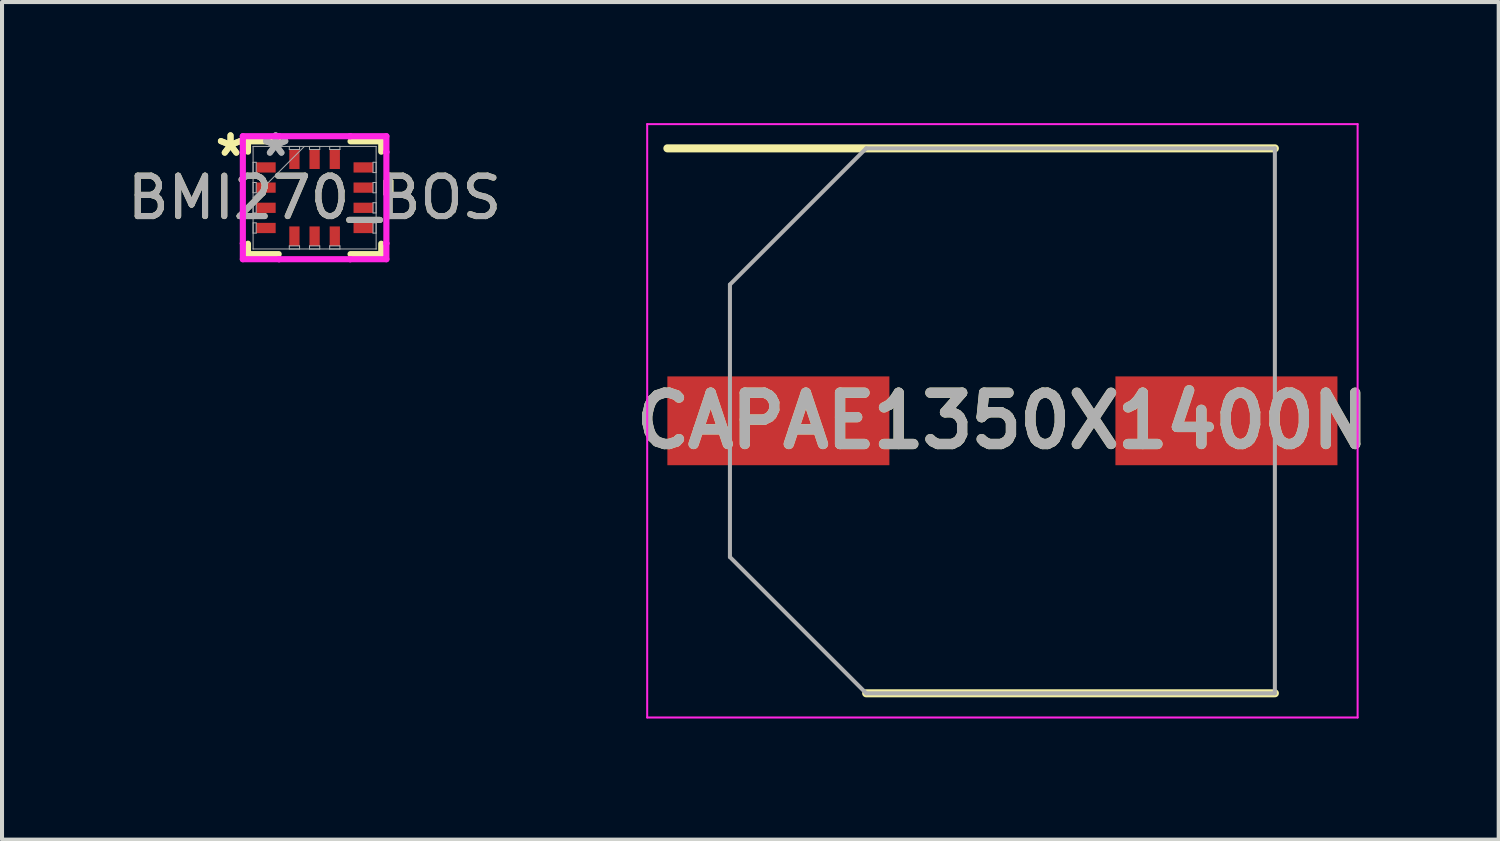
<source format=kicad_pcb>
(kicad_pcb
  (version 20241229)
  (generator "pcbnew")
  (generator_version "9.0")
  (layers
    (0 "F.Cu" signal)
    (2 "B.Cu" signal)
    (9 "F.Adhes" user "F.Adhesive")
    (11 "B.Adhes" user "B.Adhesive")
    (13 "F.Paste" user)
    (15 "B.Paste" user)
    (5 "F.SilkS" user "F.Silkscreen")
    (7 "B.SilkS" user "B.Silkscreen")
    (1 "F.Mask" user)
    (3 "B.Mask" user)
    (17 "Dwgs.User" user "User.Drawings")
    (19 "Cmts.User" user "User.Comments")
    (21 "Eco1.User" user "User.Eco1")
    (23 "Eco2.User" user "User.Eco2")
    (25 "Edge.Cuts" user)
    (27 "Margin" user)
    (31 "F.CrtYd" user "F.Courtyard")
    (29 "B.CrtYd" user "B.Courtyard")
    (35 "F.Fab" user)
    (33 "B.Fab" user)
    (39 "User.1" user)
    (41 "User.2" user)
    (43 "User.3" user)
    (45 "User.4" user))
  (footprint "CAPAE1350X1400N"
    (layer "F.Cu")
    (at 21.783 7.375)
    (property "Reference" "CAPAE1350X1400N" (at 0 0 0) (layer "F.SilkS") (effects (font (size 1.27 1.27) (thickness 0.254))))
    (attr smd)
    (fp_line (start -8.3 -6.75) (end 6.75 -6.75) (stroke (width 0.2) (type solid)) (layer "F.SilkS"))
    (fp_line (start -3.375 6.75) (end 6.75 6.75) (stroke (width 0.2) (type solid)) (layer "F.SilkS"))
    (fp_line (start -8.8 -7.35) (end 8.8 -7.35) (stroke (width 0.05) (type solid)) (layer "F.CrtYd"))
    (fp_line (start -8.8 7.35) (end -8.8 -7.35) (stroke (width 0.05) (type solid)) (layer "F.CrtYd"))
    (fp_line (start 8.8 -7.35) (end 8.8 7.35) (stroke (width 0.05) (type solid)) (layer "F.CrtYd"))
    (fp_line (start 8.8 7.35) (end -8.8 7.35) (stroke (width 0.05) (type solid)) (layer "F.CrtYd"))
    (fp_line (start -6.75 -3.375) (end -6.75 3.375) (stroke (width 0.1) (type solid)) (layer "F.Fab"))
    (fp_line (start -6.75 3.375) (end -3.375 6.75) (stroke (width 0.1) (type solid)) (layer "F.Fab"))
    (fp_line (start -3.375 -6.75) (end -6.75 -3.375) (stroke (width 0.1) (type solid)) (layer "F.Fab"))
    (fp_line (start -3.375 6.75) (end 6.75 6.75) (stroke (width 0.1) (type solid)) (layer "F.Fab"))
    (fp_line (start 6.75 -6.75) (end -3.375 -6.75) (stroke (width 0.1) (type solid)) (layer "F.Fab"))
    (fp_line (start 6.75 6.75) (end 6.75 -6.75) (stroke (width 0.1) (type solid)) (layer "F.Fab"))
    (fp_text user "${REFERENCE}" (at 0 0 0) (layer "F.Fab") (effects (font (size 1.27 1.27) (thickness 0.254))))
    (pad "1" smd rect (at -5.55 0 90) (size 2.2 5.5) (layers "F.Cu" "F.Mask" "F.Paste"))
    (pad "2" smd rect (at 5.55 0 90) (size 2.2 5.5) (layers "F.Cu" "F.Mask" "F.Paste")))
  (footprint "BMI270_BOS"
    (layer "F.Cu")
    (at 4.744 1.848)
    (property "Reference" "BMI270_BOS" (at 0 0 0) (unlocked yes) (layer "F.SilkS") (effects (font (size 1 1) (thickness 0.15))))
    (attr smd)
    (fp_line (start -1.651 -1.397) (end -1.651 -1.14) (stroke (width 0.152) (type solid)) (layer "F.SilkS"))
    (fp_line (start -1.651 1.14) (end -1.651 1.397) (stroke (width 0.152) (type solid)) (layer "F.SilkS"))
    (fp_line (start -1.651 1.397) (end -0.89 1.397) (stroke (width 0.152) (type solid)) (layer "F.SilkS"))
    (fp_line (start -0.89 -1.397) (end -1.651 -1.397) (stroke (width 0.152) (type solid)) (layer "F.SilkS"))
    (fp_line (start 0.89 1.397) (end 1.651 1.397) (stroke (width 0.152) (type solid)) (layer "F.SilkS"))
    (fp_line (start 1.651 -1.397) (end 0.89 -1.397) (stroke (width 0.152) (type solid)) (layer "F.SilkS"))
    (fp_line (start 1.651 -1.14) (end 1.651 -1.397) (stroke (width 0.152) (type solid)) (layer "F.SilkS"))
    (fp_line (start 1.651 1.397) (end 1.651 1.14) (stroke (width 0.152) (type solid)) (layer "F.SilkS"))
    (fp_poly (pts (xy 1.956 -0.441) (xy 1.956 -0.059) (xy 1.702 -0.059) (xy 1.702 -0.441)) (stroke (width 0) (type solid)) (fill yes) (layer "F.SilkS"))
    (fp_line (start -1.778 -1.524) (end -0.881 -1.524) (stroke (width 0.152) (type solid)) (layer "F.CrtYd"))
    (fp_line (start -1.778 -1.131) (end -1.778 -1.524) (stroke (width 0.152) (type solid)) (layer "F.CrtYd"))
    (fp_line (start -1.778 -1.131) (end -1.778 -1.131) (stroke (width 0.152) (type solid)) (layer "F.CrtYd"))
    (fp_line (start -1.778 1.131) (end -1.778 -1.131) (stroke (width 0.152) (type solid)) (layer "F.CrtYd"))
    (fp_line (start -1.778 1.131) (end -1.778 1.131) (stroke (width 0.152) (type solid)) (layer "F.CrtYd"))
    (fp_line (start -1.778 1.524) (end -1.778 1.131) (stroke (width 0.152) (type solid)) (layer "F.CrtYd"))
    (fp_line (start -0.881 -1.524) (end -0.881 -1.524) (stroke (width 0.152) (type solid)) (layer "F.CrtYd"))
    (fp_line (start -0.881 -1.524) (end 0.881 -1.524) (stroke (width 0.152) (type solid)) (layer "F.CrtYd"))
    (fp_line (start -0.881 1.524) (end -1.778 1.524) (stroke (width 0.152) (type solid)) (layer "F.CrtYd"))
    (fp_line (start -0.881 1.524) (end -0.881 1.524) (stroke (width 0.152) (type solid)) (layer "F.CrtYd"))
    (fp_line (start 0.881 -1.524) (end 0.881 -1.524) (stroke (width 0.152) (type solid)) (layer "F.CrtYd"))
    (fp_line (start 0.881 -1.524) (end 1.778 -1.524) (stroke (width 0.152) (type solid)) (layer "F.CrtYd"))
    (fp_line (start 0.881 1.524) (end -0.881 1.524) (stroke (width 0.152) (type solid)) (layer "F.CrtYd"))
    (fp_line (start 0.881 1.524) (end 0.881 1.524) (stroke (width 0.152) (type solid)) (layer "F.CrtYd"))
    (fp_line (start 1.778 -1.524) (end 1.778 -1.131) (stroke (width 0.152) (type solid)) (layer "F.CrtYd"))
    (fp_line (start 1.778 -1.131) (end 1.778 -1.131) (stroke (width 0.152) (type solid)) (layer "F.CrtYd"))
    (fp_line (start 1.778 -1.131) (end 1.778 1.131) (stroke (width 0.152) (type solid)) (layer "F.CrtYd"))
    (fp_line (start 1.778 1.131) (end 1.778 1.131) (stroke (width 0.152) (type solid)) (layer "F.CrtYd"))
    (fp_line (start 1.778 1.131) (end 1.778 1.524) (stroke (width 0.152) (type solid)) (layer "F.CrtYd"))
    (fp_line (start 1.778 1.524) (end 0.881 1.524) (stroke (width 0.152) (type solid)) (layer "F.CrtYd"))
    (fp_line (start -1.524 -1.27) (end -1.524 -1.27) (stroke (width 0.025) (type solid)) (layer "F.Fab"))
    (fp_line (start -1.524 -1.27) (end -1.524 1.27) (stroke (width 0.025) (type solid)) (layer "F.Fab"))
    (fp_line (start -1.524 -0.877) (end -1.448 -0.877) (stroke (width 0.025) (type solid)) (layer "F.Fab"))
    (fp_line (start -1.524 -0.623) (end -1.524 -0.877) (stroke (width 0.025) (type solid)) (layer "F.Fab"))
    (fp_line (start -1.524 -0.377) (end -1.448 -0.377) (stroke (width 0.025) (type solid)) (layer "F.Fab"))
    (fp_line (start -1.524 -0.123) (end -1.524 -0.377) (stroke (width 0.025) (type solid)) (layer "F.Fab"))
    (fp_line (start -1.524 0) (end -0.254 -1.27) (stroke (width 0.025) (type solid)) (layer "F.Fab"))
    (fp_line (start -1.524 0.123) (end -1.448 0.123) (stroke (width 0.025) (type solid)) (layer "F.Fab"))
    (fp_line (start -1.524 0.377) (end -1.524 0.123) (stroke (width 0.025) (type solid)) (layer "F.Fab"))
    (fp_line (start -1.524 0.623) (end -1.448 0.623) (stroke (width 0.025) (type solid)) (layer "F.Fab"))
    (fp_line (start -1.524 0.877) (end -1.524 0.623) (stroke (width 0.025) (type solid)) (layer "F.Fab"))
    (fp_line (start -1.524 1.27) (end -1.524 1.27) (stroke (width 0.025) (type solid)) (layer "F.Fab"))
    (fp_line (start -1.524 1.27) (end 1.524 1.27) (stroke (width 0.025) (type solid)) (layer "F.Fab"))
    (fp_line (start -1.448 -0.877) (end -1.448 -0.623) (stroke (width 0.025) (type solid)) (layer "F.Fab"))
    (fp_line (start -1.448 -0.623) (end -1.524 -0.623) (stroke (width 0.025) (type solid)) (layer "F.Fab"))
    (fp_line (start -1.448 -0.377) (end -1.448 -0.123) (stroke (width 0.025) (type solid)) (layer "F.Fab"))
    (fp_line (start -1.448 -0.123) (end -1.524 -0.123) (stroke (width 0.025) (type solid)) (layer "F.Fab"))
    (fp_line (start -1.448 0.123) (end -1.448 0.377) (stroke (width 0.025) (type solid)) (layer "F.Fab"))
    (fp_line (start -1.448 0.377) (end -1.524 0.377) (stroke (width 0.025) (type solid)) (layer "F.Fab"))
    (fp_line (start -1.448 0.623) (end -1.448 0.877) (stroke (width 0.025) (type solid)) (layer "F.Fab"))
    (fp_line (start -1.448 0.877) (end -1.524 0.877) (stroke (width 0.025) (type solid)) (layer "F.Fab"))
    (fp_line (start -0.627 -1.27) (end -0.373 -1.27) (stroke (width 0.025) (type solid)) (layer "F.Fab"))
    (fp_line (start -0.627 -1.194) (end -0.627 -1.27) (stroke (width 0.025) (type solid)) (layer "F.Fab"))
    (fp_line (start -0.627 1.194) (end -0.373 1.194) (stroke (width 0.025) (type solid)) (layer "F.Fab"))
    (fp_line (start -0.627 1.27) (end -0.627 1.194) (stroke (width 0.025) (type solid)) (layer "F.Fab"))
    (fp_line (start -0.373 -1.27) (end -0.373 -1.194) (stroke (width 0.025) (type solid)) (layer "F.Fab"))
    (fp_line (start -0.373 -1.194) (end -0.627 -1.194) (stroke (width 0.025) (type solid)) (layer "F.Fab"))
    (fp_line (start -0.373 1.194) (end -0.373 1.27) (stroke (width 0.025) (type solid)) (layer "F.Fab"))
    (fp_line (start -0.373 1.27) (end -0.627 1.27) (stroke (width 0.025) (type solid)) (layer "F.Fab"))
    (fp_line (start -0.127 -1.27) (end 0.127 -1.27) (stroke (width 0.025) (type solid)) (layer "F.Fab"))
    (fp_line (start -0.127 -1.194) (end -0.127 -1.27) (stroke (width 0.025) (type solid)) (layer "F.Fab"))
    (fp_line (start -0.127 1.194) (end 0.127 1.194) (stroke (width 0.025) (type solid)) (layer "F.Fab"))
    (fp_line (start -0.127 1.27) (end -0.127 1.194) (stroke (width 0.025) (type solid)) (layer "F.Fab"))
    (fp_line (start 0.127 -1.27) (end 0.127 -1.194) (stroke (width 0.025) (type solid)) (layer "F.Fab"))
    (fp_line (start 0.127 -1.194) (end -0.127 -1.194) (stroke (width 0.025) (type solid)) (layer "F.Fab"))
    (fp_line (start 0.127 1.194) (end 0.127 1.27) (stroke (width 0.025) (type solid)) (layer "F.Fab"))
    (fp_line (start 0.127 1.27) (end -0.127 1.27) (stroke (width 0.025) (type solid)) (layer "F.Fab"))
    (fp_line (start 0.373 -1.27) (end 0.627 -1.27) (stroke (width 0.025) (type solid)) (layer "F.Fab"))
    (fp_line (start 0.373 -1.194) (end 0.373 -1.27) (stroke (width 0.025) (type solid)) (layer "F.Fab"))
    (fp_line (start 0.373 1.194) (end 0.627 1.194) (stroke (width 0.025) (type solid)) (layer "F.Fab"))
    (fp_line (start 0.373 1.27) (end 0.373 1.194) (stroke (width 0.025) (type solid)) (layer "F.Fab"))
    (fp_line (start 0.627 -1.27) (end 0.627 -1.194) (stroke (width 0.025) (type solid)) (layer "F.Fab"))
    (fp_line (start 0.627 -1.194) (end 0.373 -1.194) (stroke (width 0.025) (type solid)) (layer "F.Fab"))
    (fp_line (start 0.627 1.194) (end 0.627 1.27) (stroke (width 0.025) (type solid)) (layer "F.Fab"))
    (fp_line (start 0.627 1.27) (end 0.373 1.27) (stroke (width 0.025) (type solid)) (layer "F.Fab"))
    (fp_line (start 1.448 -0.877) (end 1.524 -0.877) (stroke (width 0.025) (type solid)) (layer "F.Fab"))
    (fp_line (start 1.448 -0.623) (end 1.448 -0.877) (stroke (width 0.025) (type solid)) (layer "F.Fab"))
    (fp_line (start 1.448 -0.377) (end 1.524 -0.377) (stroke (width 0.025) (type solid)) (layer "F.Fab"))
    (fp_line (start 1.448 -0.123) (end 1.448 -0.377) (stroke (width 0.025) (type solid)) (layer "F.Fab"))
    (fp_line (start 1.448 0.123) (end 1.524 0.123) (stroke (width 0.025) (type solid)) (layer "F.Fab"))
    (fp_line (start 1.448 0.377) (end 1.448 0.123) (stroke (width 0.025) (type solid)) (layer "F.Fab"))
    (fp_line (start 1.448 0.623) (end 1.524 0.623) (stroke (width 0.025) (type solid)) (layer "F.Fab"))
    (fp_line (start 1.448 0.877) (end 1.448 0.623) (stroke (width 0.025) (type solid)) (layer "F.Fab"))
    (fp_line (start 1.524 -1.27) (end -1.524 -1.27) (stroke (width 0.025) (type solid)) (layer "F.Fab"))
    (fp_line (start 1.524 -1.27) (end 1.524 -1.27) (stroke (width 0.025) (type solid)) (layer "F.Fab"))
    (fp_line (start 1.524 -0.877) (end 1.524 -0.623) (stroke (width 0.025) (type solid)) (layer "F.Fab"))
    (fp_line (start 1.524 -0.623) (end 1.448 -0.623) (stroke (width 0.025) (type solid)) (layer "F.Fab"))
    (fp_line (start 1.524 -0.377) (end 1.524 -0.123) (stroke (width 0.025) (type solid)) (layer "F.Fab"))
    (fp_line (start 1.524 -0.123) (end 1.448 -0.123) (stroke (width 0.025) (type solid)) (layer "F.Fab"))
    (fp_line (start 1.524 0.123) (end 1.524 0.377) (stroke (width 0.025) (type solid)) (layer "F.Fab"))
    (fp_line (start 1.524 0.377) (end 1.448 0.377) (stroke (width 0.025) (type solid)) (layer "F.Fab"))
    (fp_line (start 1.524 0.623) (end 1.524 0.877) (stroke (width 0.025) (type solid)) (layer "F.Fab"))
    (fp_line (start 1.524 0.877) (end 1.448 0.877) (stroke (width 0.025) (type solid)) (layer "F.Fab"))
    (fp_line (start 1.524 1.27) (end 1.524 -1.27) (stroke (width 0.025) (type solid)) (layer "F.Fab"))
    (fp_line (start 1.524 1.27) (end 1.524 1.27) (stroke (width 0.025) (type solid)) (layer "F.Fab"))
    (fp_text user "*" (at -2.083 -1 0) (unlocked yes) (layer "F.SilkS") (effects (font (size 1 1) (thickness 0.15))))
    (fp_text user "*" (at -2.083 -1 0) (layer "F.SilkS") (effects (font (size 1 1) (thickness 0.15))))
    (fp_text user "*" (at -0.965 -1 0) (layer "F.Fab") (effects (font (size 1 1) (thickness 0.15))))
    (fp_text user "*" (at -0.965 -1 0) (unlocked yes) (layer "F.Fab") (effects (font (size 1 1) (thickness 0.15))))
    (fp_text user "${REFERENCE}" (at 0 0 0) (unlocked yes) (layer "F.Fab") (effects (font (size 1 1) (thickness 0.15))))
    (pad "1" smd rect (at -1.206 -0.75 90) (size 0.254 0.483) (layers "F.Cu" "F.Mask" "F.Paste"))
    (pad "2" smd rect (at -1.206 -0.25 90) (size 0.254 0.483) (layers "F.Cu" "F.Mask" "F.Paste"))
    (pad "3" smd rect (at -1.206 0.25 90) (size 0.254 0.483) (layers "F.Cu" "F.Mask" "F.Paste"))
    (pad "4" smd rect (at -1.206 0.75 90) (size 0.254 0.483) (layers "F.Cu" "F.Mask" "F.Paste"))
    (pad "5" smd rect (at -0.5 0.953) (size 0.254 0.483) (layers "F.Cu" "F.Mask" "F.Paste"))
    (pad "6" smd rect (at 0 0.953) (size 0.254 0.483) (layers "F.Cu" "F.Mask" "F.Paste"))
    (pad "7" smd rect (at 0.5 0.953) (size 0.254 0.483) (layers "F.Cu" "F.Mask" "F.Paste"))
    (pad "8" smd rect (at 1.206 0.75 90) (size 0.254 0.483) (layers "F.Cu" "F.Mask" "F.Paste"))
    (pad "9" smd rect (at 1.206 0.25 90) (size 0.254 0.483) (layers "F.Cu" "F.Mask" "F.Paste"))
    (pad "10" smd rect (at 1.206 -0.25 90) (size 0.254 0.483) (layers "F.Cu" "F.Mask" "F.Paste"))
    (pad "11" smd rect (at 1.206 -0.75 90) (size 0.254 0.483) (layers "F.Cu" "F.Mask" "F.Paste"))
    (pad "12" smd rect (at 0.5 -0.953) (size 0.254 0.483) (layers "F.Cu" "F.Mask" "F.Paste"))
    (pad "13" smd rect (at 0 -0.953) (size 0.254 0.483) (layers "F.Cu" "F.Mask" "F.Paste"))
    (pad "14" smd rect (at -0.5 -0.953) (size 0.254 0.483) (layers "F.Cu" "F.Mask" "F.Paste")))
  (gr_rect
    (start -3 -3)
    (end 34.078 17.75)
    (stroke (width 0.1) (type default))
    (fill no)
    (layer "Edge.Cuts")))
</source>
